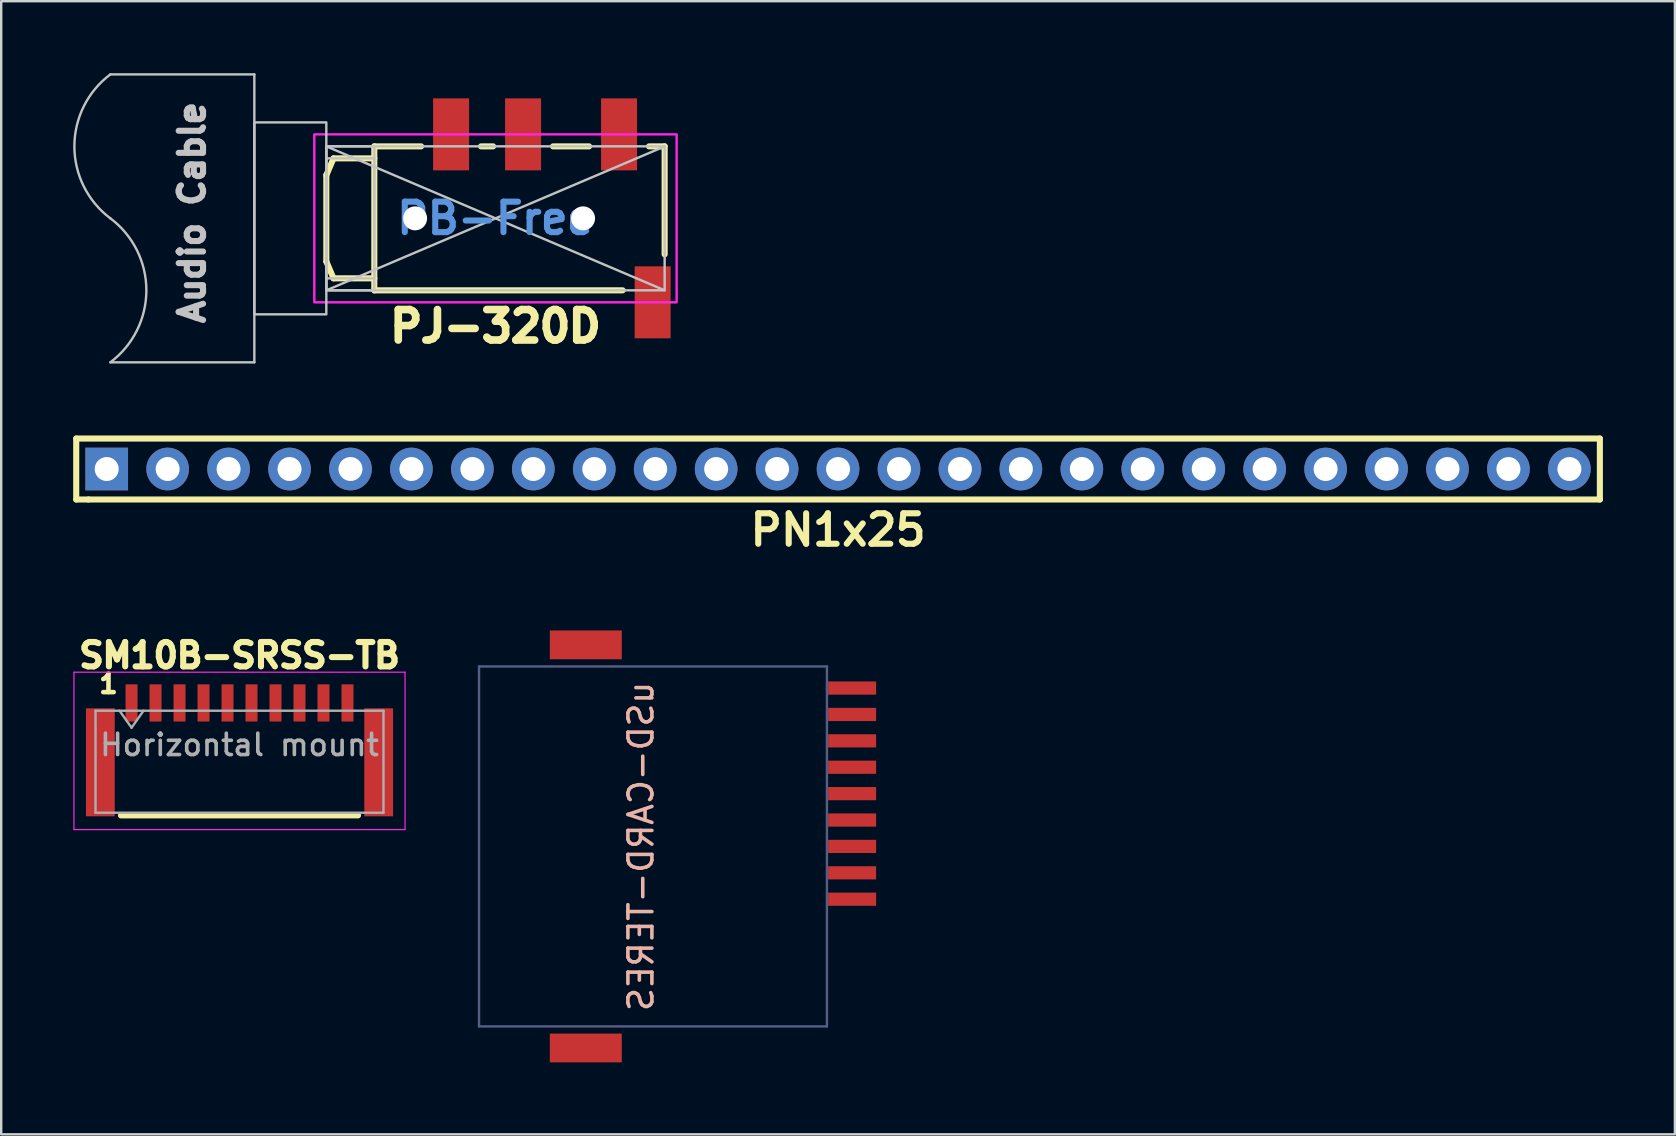
<source format=kicad_pcb>
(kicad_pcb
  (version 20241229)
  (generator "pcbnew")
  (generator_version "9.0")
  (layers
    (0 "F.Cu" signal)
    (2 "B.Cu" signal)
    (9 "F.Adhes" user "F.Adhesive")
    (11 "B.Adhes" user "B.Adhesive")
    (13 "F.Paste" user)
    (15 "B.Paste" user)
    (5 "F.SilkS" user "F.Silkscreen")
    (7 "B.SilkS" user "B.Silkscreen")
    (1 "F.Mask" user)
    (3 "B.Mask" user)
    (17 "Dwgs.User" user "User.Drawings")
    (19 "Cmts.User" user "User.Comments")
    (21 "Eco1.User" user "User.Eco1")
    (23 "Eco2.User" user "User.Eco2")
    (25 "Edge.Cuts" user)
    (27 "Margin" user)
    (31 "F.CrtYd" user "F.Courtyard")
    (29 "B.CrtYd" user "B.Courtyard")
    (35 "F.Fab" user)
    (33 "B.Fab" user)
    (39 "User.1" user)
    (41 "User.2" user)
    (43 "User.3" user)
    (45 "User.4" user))
  (footprint "PJ-320D"
    (layer "F.Cu")
    (at 17.6 6.05)
    (property "Reference" "PJ-320D" (at 0 4.5 180) (layer "F.SilkS") (effects (font (size 1.27 1.27) (thickness 0.318) (bold yes))))
    (attr smd)
    (fp_line (start -7.05 -1.8) (end -7.05 1.8) (stroke (width 0.254) (type solid)) (layer "F.SilkS"))
    (fp_line (start -7.05 1.8) (end -6.75 2.5) (stroke (width 0.254) (type solid)) (layer "F.SilkS"))
    (fp_line (start -6.75 -2.5) (end -7.05 -1.8) (stroke (width 0.254) (type solid)) (layer "F.SilkS"))
    (fp_line (start -6.75 -2.5) (end -5.05 -2.5) (stroke (width 0.254) (type solid)) (layer "F.SilkS"))
    (fp_line (start -6.75 2.5) (end -5.05 2.5) (stroke (width 0.254) (type solid)) (layer "F.SilkS"))
    (fp_line (start -5.05 -3) (end -5.05 3) (stroke (width 0.254) (type solid)) (layer "F.SilkS"))
    (fp_line (start -5.05 -3) (end -3.1 -3) (stroke (width 0.254) (type solid)) (layer "F.SilkS"))
    (fp_line (start -5.05 3) (end 5.3 3) (stroke (width 0.254) (type solid)) (layer "F.SilkS"))
    (fp_line (start -0.6 -3) (end -0.1 -3) (stroke (width 0.254) (type solid)) (layer "F.SilkS"))
    (fp_line (start 2.4 -3) (end 3.9 -3) (stroke (width 0.254) (type solid)) (layer "F.SilkS"))
    (fp_line (start 6.4 -3) (end 7.05 -3) (stroke (width 0.254) (type solid)) (layer "F.SilkS"))
    (fp_line (start 7.05 -3) (end 7.05 1.5) (stroke (width 0.254) (type solid)) (layer "F.SilkS"))
    (fp_line (start -16.05 -6) (end -10.05 -6) (stroke (width 0.1) (type default)) (layer "Dwgs.User"))
    (fp_line (start -10.05 -6) (end -10.05 6) (stroke (width 0.1) (type default)) (layer "Dwgs.User"))
    (fp_line (start -10.05 6) (end -16.05 6) (stroke (width 0.1) (type default)) (layer "Dwgs.User"))
    (fp_line (start -7.05 -3) (end 7.05 3) (stroke (width 0.1) (type solid)) (layer "Dwgs.User"))
    (fp_line (start 7.05 -3) (end -7.05 3) (stroke (width 0.1) (type solid)) (layer "Dwgs.User"))
    (fp_rect (start -7.05 -4) (end -10.05 4) (stroke (width 0.1) (type default)) (fill no) (layer "Dwgs.User"))
    (fp_rect (start -7.05 -3) (end -5.05 3) (stroke (width 0.1) (type default)) (fill no) (layer "Dwgs.User"))
    (fp_rect (start -7.05 -3) (end 7.05 3) (stroke (width 0.1) (type default)) (fill no) (layer "Dwgs.User"))
    (fp_rect (start -7.05 -2.5) (end -5.05 2.5) (stroke (width 0.1) (type default)) (fill no) (layer "Dwgs.User"))
    (fp_arc (start -16.05 0) (mid -17.55 -3) (end -16.05 -6) (stroke (width 0.1) (type default)) (layer "Dwgs.User"))
    (fp_arc (start -16.05 0) (mid -14.55 3) (end -16.05 6) (stroke (width 0.1) (type default)) (layer "Dwgs.User"))
    (fp_rect (start -7.55 -3.5) (end 7.55 3.5) (stroke (width 0.1) (type default)) (fill no) (layer "F.CrtYd"))
    (fp_text user "Audio Cable" (at -12.05 4.5 90) (unlocked yes) (layer "Dwgs.User") (effects (font (size 1.016 1.016) (thickness 0.254) (bold yes)) (justify left bottom)))
    (fp_text user "PB-Free" (at 0 0 180) (layer "Cmts.User") (effects (font (size 1.27 1.27) (thickness 0.254) (bold yes))))
    (pad "" np_thru_hole circle (at -3.35 0) (size 1 1) (drill 1) (layers "*.Cu" "*.Mask"))
    (pad "" smd rect (at -1.85 -3.5) (size 2.1 3.6) (layers "F.Paste"))
    (pad "" smd rect (at 1.15 -3.5) (size 2.1 3.6) (layers "F.Paste"))
    (pad "" np_thru_hole circle (at 3.65 0) (size 1 1) (drill 1) (layers "*.Cu" "*.Mask"))
    (pad "" smd rect (at 5.15 -3.5) (size 2.1 3.6) (layers "F.Paste"))
    (pad "" smd rect (at 6.55 3.5) (size 2.1 3.6) (layers "F.Paste"))
    (pad "1" smd rect (at 6.55 3.5) (size 1.5 3) (layers "F.Cu" "F.Mask"))
    (pad "2" smd rect (at -1.85 -3.5) (size 1.5 3) (layers "F.Cu" "F.Mask"))
    (pad "3" smd rect (at 1.15 -3.5) (size 1.5 3) (layers "F.Cu" "F.Mask"))
    (pad "4" smd rect (at 5.15 -3.5) (size 1.5 3) (layers "F.Cu" "F.Mask")))
  (footprint "PN1x25"
    (layer "F.Cu")
    (at 31.877 16.497)
    (property "Reference" "PN1x25" (at 0 2.54 0) (layer "F.SilkS") (effects (font (size 1.27 1.27) (thickness 0.254))))
    (attr through_hole)
    (fp_line (start -31.75 -1.27) (end -31.75 1.27) (stroke (width 0.254) (type solid)) (layer "F.SilkS"))
    (fp_line (start -31.75 -1.27) (end 31.75 -1.27) (stroke (width 0.254) (type solid)) (layer "F.SilkS"))
    (fp_line (start -31.242 1.27) (end -31.75 1.27) (stroke (width 0.254) (type solid)) (layer "F.SilkS"))
    (fp_line (start 31.75 -1.27) (end 31.75 1.27) (stroke (width 0.254) (type solid)) (layer "F.SilkS"))
    (fp_line (start 31.75 1.27) (end -31.242 1.27) (stroke (width 0.254) (type solid)) (layer "F.SilkS"))
    (pad "1" thru_hole rect (at -30.48 0) (size 1.778 1.778) (drill 1) (layers "*.Cu" "*.Mask"))
    (pad "2" thru_hole circle (at -27.94 0) (size 1.778 1.778) (drill 1) (layers "*.Cu" "*.Mask"))
    (pad "3" thru_hole circle (at -25.4 0) (size 1.778 1.778) (drill 1) (layers "*.Cu" "*.Mask"))
    (pad "4" thru_hole circle (at -22.86 0) (size 1.778 1.778) (drill 1) (layers "*.Cu" "*.Mask"))
    (pad "5" thru_hole circle (at -20.32 0) (size 1.778 1.778) (drill 1) (layers "*.Cu" "*.Mask"))
    (pad "6" thru_hole circle (at -17.78 0) (size 1.778 1.778) (drill 1) (layers "*.Cu" "*.Mask"))
    (pad "7" thru_hole circle (at -15.24 0) (size 1.778 1.778) (drill 1) (layers "*.Cu" "*.Mask"))
    (pad "8" thru_hole circle (at -12.7 0) (size 1.778 1.778) (drill 1) (layers "*.Cu" "*.Mask"))
    (pad "9" thru_hole circle (at -10.16 0) (size 1.778 1.778) (drill 1) (layers "*.Cu" "*.Mask"))
    (pad "10" thru_hole circle (at -7.62 0) (size 1.778 1.778) (drill 1) (layers "*.Cu" "*.Mask"))
    (pad "11" thru_hole circle (at -5.08 0) (size 1.778 1.778) (drill 1) (layers "*.Cu" "*.Mask"))
    (pad "12" thru_hole circle (at -2.54 0) (size 1.778 1.778) (drill 1) (layers "*.Cu" "*.Mask"))
    (pad "13" thru_hole circle (at 0 0) (size 1.778 1.778) (drill 1) (layers "*.Cu" "*.Mask"))
    (pad "14" thru_hole circle (at 2.54 0) (size 1.778 1.778) (drill 1) (layers "*.Cu" "*.Mask"))
    (pad "15" thru_hole circle (at 5.08 0) (size 1.778 1.778) (drill 1) (layers "*.Cu" "*.Mask"))
    (pad "16" thru_hole circle (at 7.62 0) (size 1.778 1.778) (drill 1) (layers "*.Cu" "*.Mask"))
    (pad "17" thru_hole circle (at 10.16 0) (size 1.778 1.778) (drill 1) (layers "*.Cu" "*.Mask"))
    (pad "18" thru_hole circle (at 12.7 0) (size 1.778 1.778) (drill 1) (layers "*.Cu" "*.Mask"))
    (pad "19" thru_hole circle (at 15.24 0) (size 1.778 1.778) (drill 1) (layers "*.Cu" "*.Mask"))
    (pad "20" thru_hole circle (at 17.78 0) (size 1.778 1.778) (drill 1) (layers "*.Cu" "*.Mask"))
    (pad "21" thru_hole circle (at 20.32 0) (size 1.778 1.778) (drill 1) (layers "*.Cu" "*.Mask"))
    (pad "22" thru_hole circle (at 22.86 0) (size 1.778 1.778) (drill 1) (layers "*.Cu" "*.Mask"))
    (pad "23" thru_hole circle (at 25.4 0) (size 1.778 1.778) (drill 1) (layers "*.Cu" "*.Mask"))
    (pad "24" thru_hole circle (at 27.94 0) (size 1.778 1.778) (drill 1) (layers "*.Cu" "*.Mask"))
    (pad "25" thru_hole circle (at 30.48 0) (size 1.778 1.778) (drill 1) (layers "*.Cu" "*.Mask")))
  (footprint "uSD-CARD-TERES"
    (layer "F.Cu")
    (at 24.164 32.226)
    (property "Reference" "uSD-CARD-TERES" (at -0.5 0 90) (layer "B.SilkS") (effects (font (size 1 1) (thickness 0.15)) (justify mirror)))
    (attr smd)
    (fp_line (start -7.25 -7.5) (end 7.25 -7.5) (stroke (width 0.1) (type solid)) (layer "B.Fab"))
    (fp_line (start -7.25 7.5) (end -7.25 -7.5) (stroke (width 0.1) (type solid)) (layer "B.Fab"))
    (fp_line (start 7.25 -7.5) (end 7.25 7.5) (stroke (width 0.1) (type solid)) (layer "B.Fab"))
    (fp_line (start 7.25 7.5) (end -7.25 7.5) (stroke (width 0.1) (type solid)) (layer "B.Fab"))
    (pad "0" smd rect (at -2.8 -8.4 90) (size 1.2 3) (layers "F.Cu" "F.Mask" "F.Paste"))
    (pad "0" smd rect (at -2.8 8.4 90) (size 1.2 3) (layers "F.Cu" "F.Mask" "F.Paste"))
    (pad "1" smd rect (at 8.3 2.2 90) (size 0.55 2) (layers "F.Cu" "F.Mask" "F.Paste"))
    (pad "2" smd rect (at 8.3 1.1 90) (size 0.55 2) (layers "F.Cu" "F.Mask" "F.Paste"))
    (pad "3" smd rect (at 8.3 0 90) (size 0.55 2) (layers "F.Cu" "F.Mask" "F.Paste"))
    (pad "4" smd rect (at 8.3 -1.1 90) (size 0.55 2) (layers "F.Cu" "F.Mask" "F.Paste"))
    (pad "5" smd rect (at 8.3 -2.2 90) (size 0.55 2) (layers "F.Cu" "F.Mask" "F.Paste"))
    (pad "6" smd rect (at 8.3 -3.3 90) (size 0.55 2) (layers "F.Cu" "F.Mask" "F.Paste"))
    (pad "7" smd rect (at 8.3 -4.4 90) (size 0.55 2) (layers "F.Cu" "F.Mask" "F.Paste"))
    (pad "8" smd rect (at 8.3 -5.5 90) (size 0.55 2) (layers "F.Cu" "F.Mask" "F.Paste"))
    (pad "9" smd rect (at 8.3 -6.6 90) (size 0.55 2) (layers "F.Cu" "F.Mask" "F.Paste")))
  (footprint "SM10B-SRSS-TB"
    (layer "F.Cu")
    (at 6.932 28.346)
    (property "Reference" "SM10B-SRSS-TB" (at 0 -4.08 0) (layer "F.SilkS") (effects (font (size 1.016 1.016) (thickness 0.254))))
    (attr smd)
    (fp_line (start -4.94 2.585) (end 4.94 2.585) (stroke (width 0.254) (type solid)) (layer "F.SilkS"))
    (fp_line (start -6.9 -3.38) (end -6.9 3.18) (stroke (width 0.05) (type solid)) (layer "F.CrtYd"))
    (fp_line (start -6.9 3.18) (end 6.9 3.18) (stroke (width 0.05) (type solid)) (layer "F.CrtYd"))
    (fp_line (start 6.9 -3.38) (end -6.9 -3.38) (stroke (width 0.05) (type solid)) (layer "F.CrtYd"))
    (fp_line (start 6.9 3.18) (end 6.9 -3.38) (stroke (width 0.05) (type solid)) (layer "F.CrtYd"))
    (fp_line (start -6 -1.775) (end -6 2.475) (stroke (width 0.1) (type solid)) (layer "F.Fab"))
    (fp_line (start -6 -1.775) (end 6 -1.775) (stroke (width 0.1) (type solid)) (layer "F.Fab"))
    (fp_line (start -6 2.475) (end 6 2.475) (stroke (width 0.1) (type solid)) (layer "F.Fab"))
    (fp_line (start -5 -1.775) (end -4.5 -1.068) (stroke (width 0.1) (type solid)) (layer "F.Fab"))
    (fp_line (start -4.5 -1.068) (end -4 -1.775) (stroke (width 0.1) (type solid)) (layer "F.Fab"))
    (fp_line (start 6 -1.775) (end 6 2.475) (stroke (width 0.1) (type solid)) (layer "F.Fab"))
    (fp_text user "1" (at -5.461 -2.894 0) (layer "F.SilkS") (effects (font (size 0.762 0.762) (thickness 0.191))))
    (fp_text user "Horizontal mount" (at 0 -0.354 0) (layer "F.Fab") (effects (font (size 0.889 0.889) (thickness 0.15))))
    (pad "0" smd rect (at -5.8 0.375) (size 1.2 4.5) (layers "F.Cu" "F.Mask" "F.Paste"))
    (pad "0" smd rect (at 5.8 0.375) (size 1.2 4.5) (layers "F.Cu" "F.Mask" "F.Paste"))
    (pad "1" smd rect (at -4.5 -2.1) (size 0.5 1.55) (layers "F.Cu" "F.Mask" "F.Paste"))
    (pad "2" smd rect (at -3.5 -2.1) (size 0.5 1.55) (layers "F.Cu" "F.Mask" "F.Paste"))
    (pad "3" smd rect (at -2.5 -2.1) (size 0.5 1.55) (layers "F.Cu" "F.Mask" "F.Paste"))
    (pad "4" smd rect (at -1.5 -2.1) (size 0.5 1.55) (layers "F.Cu" "F.Mask" "F.Paste"))
    (pad "5" smd rect (at -0.5 -2.1) (size 0.5 1.55) (layers "F.Cu" "F.Mask" "F.Paste"))
    (pad "6" smd rect (at 0.5 -2.1) (size 0.5 1.55) (layers "F.Cu" "F.Mask" "F.Paste"))
    (pad "7" smd rect (at 1.5 -2.1) (size 0.5 1.55) (layers "F.Cu" "F.Mask" "F.Paste"))
    (pad "8" smd rect (at 2.5 -2.1) (size 0.5 1.55) (layers "F.Cu" "F.Mask" "F.Paste"))
    (pad "9" smd rect (at 3.5 -2.1) (size 0.5 1.55) (layers "F.Cu" "F.Mask" "F.Paste"))
    (pad "10" smd rect (at 4.5 -2.1) (size 0.5 1.55) (layers "F.Cu" "F.Mask" "F.Paste")))
  (gr_rect
    (start -3 -3)
    (end 66.754 44.226)
    (stroke (width 0.1) (type default))
    (fill no)
    (layer "Edge.Cuts")))
</source>
